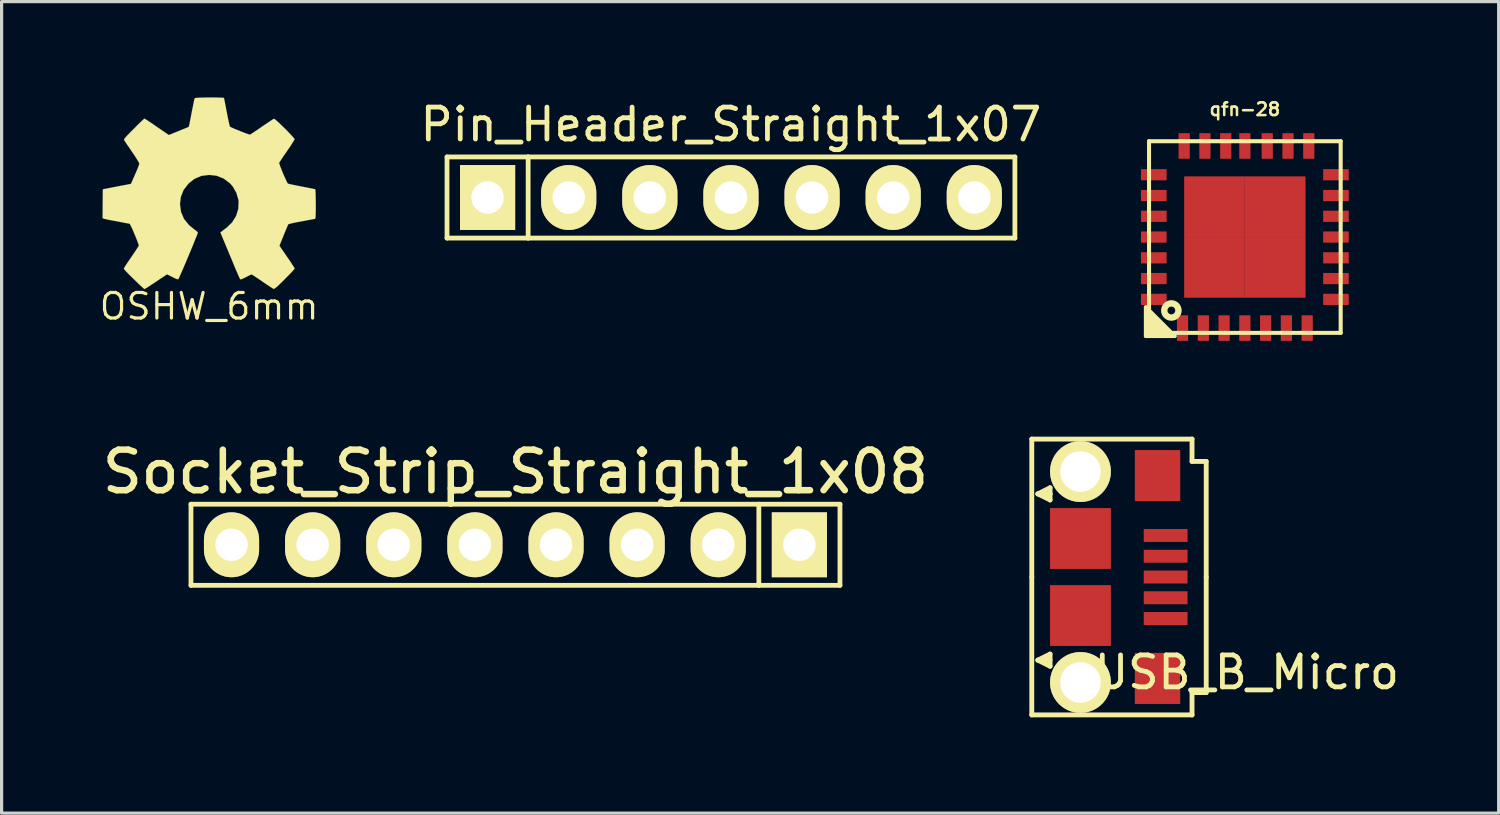
<source format=kicad_pcb>
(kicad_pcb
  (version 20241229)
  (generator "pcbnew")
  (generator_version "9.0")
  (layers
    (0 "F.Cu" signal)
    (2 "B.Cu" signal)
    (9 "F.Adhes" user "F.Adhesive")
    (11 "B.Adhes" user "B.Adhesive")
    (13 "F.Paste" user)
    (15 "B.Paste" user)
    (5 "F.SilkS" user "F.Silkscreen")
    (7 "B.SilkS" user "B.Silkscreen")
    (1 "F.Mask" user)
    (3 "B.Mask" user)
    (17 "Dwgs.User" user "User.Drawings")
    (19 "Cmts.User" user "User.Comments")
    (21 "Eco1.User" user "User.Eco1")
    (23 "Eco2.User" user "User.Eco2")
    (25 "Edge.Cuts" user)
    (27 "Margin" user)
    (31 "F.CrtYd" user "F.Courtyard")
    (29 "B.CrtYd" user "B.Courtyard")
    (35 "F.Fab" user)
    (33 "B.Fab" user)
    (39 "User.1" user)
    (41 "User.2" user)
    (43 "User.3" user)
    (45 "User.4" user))
  (footprint "USB_B_Micro"
    (layer "F.Cu")
    (at 33.446 15.016)
    (property "Reference" "USB_B_Micro" (at 2.54 2.985 0) (layer "F.SilkS") (effects (font (size 1 1) (thickness 0.15))))
    (attr smd)
    (fp_line (start -4.191 -4.318) (end -4.191 0) (stroke (width 0.152) (type solid)) (layer "F.SilkS"))
    (fp_line (start -4.191 0) (end -4.191 4.318) (stroke (width 0.152) (type solid)) (layer "F.SilkS"))
    (fp_line (start -4.191 4.318) (end 0.826 4.318) (stroke (width 0.152) (type solid)) (layer "F.SilkS"))
    (fp_line (start -4 -2.603) (end -3.619 -2.413) (stroke (width 0.152) (type solid)) (layer "F.SilkS"))
    (fp_line (start -4 2.603) (end -3.619 2.413) (stroke (width 0.152) (type solid)) (layer "F.SilkS"))
    (fp_line (start -3.619 -2.794) (end -4 -2.603) (stroke (width 0.152) (type solid)) (layer "F.SilkS"))
    (fp_line (start -3.619 -2.603) (end -4 -2.603) (stroke (width 0.152) (type solid)) (layer "F.SilkS"))
    (fp_line (start -3.619 -2.603) (end -3.619 -2.794) (stroke (width 0.152) (type solid)) (layer "F.SilkS"))
    (fp_line (start -3.619 -2.413) (end -3.619 -2.603) (stroke (width 0.152) (type solid)) (layer "F.SilkS"))
    (fp_line (start -3.619 2.413) (end -3.619 2.794) (stroke (width 0.152) (type solid)) (layer "F.SilkS"))
    (fp_line (start -3.619 2.603) (end -4 2.603) (stroke (width 0.152) (type solid)) (layer "F.SilkS"))
    (fp_line (start -3.619 2.794) (end -4 2.603) (stroke (width 0.152) (type solid)) (layer "F.SilkS"))
    (fp_line (start 0.826 -4.318) (end -4.191 -4.318) (stroke (width 0.152) (type solid)) (layer "F.SilkS"))
    (fp_line (start 0.826 -3.619) (end 0.826 -4.318) (stroke (width 0.152) (type solid)) (layer "F.SilkS"))
    (fp_line (start 0.826 4.318) (end 0.826 3.619) (stroke (width 0.152) (type solid)) (layer "F.SilkS"))
    (fp_line (start 1.27 -3.619) (end 0.826 -3.619) (stroke (width 0.152) (type solid)) (layer "F.SilkS"))
    (fp_line (start 1.27 0) (end 1.27 -3.619) (stroke (width 0.152) (type solid)) (layer "F.SilkS"))
    (fp_line (start 1.27 0) (end 1.27 3.619) (stroke (width 0.152) (type solid)) (layer "F.SilkS"))
    (fp_line (start 1.27 3.619) (end 0.826 3.619) (stroke (width 0.152) (type solid)) (layer "F.SilkS"))
    (pad "1" smd rect (at 0 -1.3) (size 1.372 0.406) (layers "F.Cu" "F.Mask" "F.Paste"))
    (pad "2" smd rect (at 0 -0.65) (size 1.372 0.406) (layers "F.Cu" "F.Mask" "F.Paste"))
    (pad "3" smd rect (at 0 0) (size 1.372 0.406) (layers "F.Cu" "F.Mask" "F.Paste"))
    (pad "4" smd rect (at 0 0.65) (size 1.372 0.406) (layers "F.Cu" "F.Mask" "F.Paste"))
    (pad "5" smd rect (at 0 1.3) (size 1.372 0.406) (layers "F.Cu" "F.Mask" "F.Paste"))
    (pad "T1" smd rect (at -0.254 -3.175) (size 1.422 1.6) (layers "F.Cu" "F.Mask" "F.Paste"))
    (pad "T2" smd rect (at -0.254 3.175) (size 1.422 1.6) (layers "F.Cu" "F.Mask" "F.Paste"))
    (pad "T3" smd rect (at -2.667 -1.206) (size 1.905 1.905) (layers "F.Cu" "F.Mask" "F.Paste"))
    (pad "T4" smd rect (at -2.667 1.206) (size 1.905 1.905) (layers "F.Cu" "F.Mask" "F.Paste"))
    (pad "T5" thru_hole circle (at -2.667 -3.302) (size 1.905 1.905) (drill 1.27) (layers "*.Cu" "*.Paste" "*.Mask" "F.SilkS"))
    (pad "T6" thru_hole circle (at -2.667 3.302) (size 1.905 1.905) (drill 1.27) (layers "*.Cu" "*.Paste" "*.Mask" "F.SilkS")))
  (footprint "OSHW_6mm"
    (layer "F.Cu")
    (at 3.499 3.001)
    (property "Reference" "OSHW_6mm" (at 0 3.541 0) (layer "F.SilkS") (effects (font (size 0.8 0.8) (thickness 0.1))))
    (attr through_hole)
    (fp_poly (pts (xy -2.024 3) (xy -1.989 2.979) (xy -1.91 2.931) (xy -1.798 2.857) (xy -1.666 2.771) (xy -1.534 2.68) (xy -1.425 2.609) (xy -1.349 2.558) (xy -1.318 2.54) (xy -1.3 2.548) (xy -1.237 2.578) (xy -1.148 2.624) (xy -1.095 2.652) (xy -1.011 2.687) (xy -0.968 2.695) (xy -0.963 2.685) (xy -0.932 2.621) (xy -0.884 2.512) (xy -0.82 2.367) (xy -0.747 2.197) (xy -0.671 2.014) (xy -0.592 1.829) (xy -0.518 1.651) (xy -0.455 1.491) (xy -0.401 1.359) (xy -0.366 1.27) (xy -0.353 1.232) (xy -0.358 1.222) (xy -0.399 1.181) (xy -0.472 1.128) (xy -0.63 0.998) (xy -0.787 0.805) (xy -0.881 0.584) (xy -0.914 0.338) (xy -0.886 0.109) (xy -0.798 -0.109) (xy -0.645 -0.305) (xy -0.46 -0.452) (xy -0.244 -0.544) (xy 0 -0.574) (xy 0.231 -0.549) (xy 0.455 -0.46) (xy 0.653 -0.31) (xy 0.737 -0.213) (xy 0.851 -0.015) (xy 0.914 0.198) (xy 0.922 0.254) (xy 0.912 0.488) (xy 0.843 0.711) (xy 0.719 0.912) (xy 0.549 1.077) (xy 0.526 1.092) (xy 0.447 1.153) (xy 0.394 1.194) (xy 0.351 1.227) (xy 0.65 1.946) (xy 0.699 2.06) (xy 0.78 2.258) (xy 0.851 2.426) (xy 0.909 2.56) (xy 0.95 2.652) (xy 0.968 2.687) (xy 0.968 2.69) (xy 0.996 2.695) (xy 1.049 2.675) (xy 1.151 2.626) (xy 1.217 2.591) (xy 1.293 2.555) (xy 1.328 2.54) (xy 1.356 2.558) (xy 1.43 2.603) (xy 1.537 2.675) (xy 1.666 2.764) (xy 1.788 2.847) (xy 1.9 2.921) (xy 1.981 2.974) (xy 2.022 2.995) (xy 2.027 2.995) (xy 2.062 2.974) (xy 2.129 2.921) (xy 2.225 2.83) (xy 2.365 2.692) (xy 2.385 2.67) (xy 2.499 2.555) (xy 2.591 2.459) (xy 2.654 2.388) (xy 2.677 2.357) (xy 2.657 2.319) (xy 2.603 2.235) (xy 2.53 2.121) (xy 2.438 1.989) (xy 2.2 1.643) (xy 2.332 1.316) (xy 2.372 1.217) (xy 2.423 1.095) (xy 2.461 1.008) (xy 2.479 0.97) (xy 2.515 0.958) (xy 2.603 0.937) (xy 2.733 0.909) (xy 2.888 0.881) (xy 3.035 0.853) (xy 3.167 0.828) (xy 3.264 0.81) (xy 3.307 0.803) (xy 3.317 0.795) (xy 3.327 0.775) (xy 3.332 0.729) (xy 3.335 0.648) (xy 3.338 0.521) (xy 3.338 0.338) (xy 3.338 0.318) (xy 3.335 0.142) (xy 3.332 0.003) (xy 3.327 -0.089) (xy 3.322 -0.124) (xy 3.279 -0.135) (xy 3.185 -0.155) (xy 3.053 -0.18) (xy 2.896 -0.211) (xy 2.885 -0.213) (xy 2.728 -0.244) (xy 2.593 -0.272) (xy 2.502 -0.292) (xy 2.464 -0.305) (xy 2.454 -0.315) (xy 2.423 -0.378) (xy 2.377 -0.475) (xy 2.324 -0.594) (xy 2.273 -0.719) (xy 2.23 -0.831) (xy 2.2 -0.914) (xy 2.189 -0.953) (xy 2.215 -0.991) (xy 2.268 -1.072) (xy 2.344 -1.186) (xy 2.438 -1.321) (xy 2.443 -1.331) (xy 2.535 -1.463) (xy 2.609 -1.577) (xy 2.657 -1.659) (xy 2.677 -1.694) (xy 2.675 -1.697) (xy 2.647 -1.735) (xy 2.578 -1.811) (xy 2.482 -1.913) (xy 2.365 -2.032) (xy 2.327 -2.068) (xy 2.197 -2.195) (xy 2.106 -2.278) (xy 2.05 -2.322) (xy 2.024 -2.332) (xy 2.022 -2.332) (xy 1.981 -2.306) (xy 1.897 -2.25) (xy 1.783 -2.174) (xy 1.648 -2.083) (xy 1.638 -2.075) (xy 1.506 -1.984) (xy 1.394 -1.91) (xy 1.316 -1.857) (xy 1.28 -1.836) (xy 1.275 -1.836) (xy 1.219 -1.852) (xy 1.125 -1.885) (xy 1.008 -1.93) (xy 0.884 -1.981) (xy 0.772 -2.027) (xy 0.688 -2.065) (xy 0.65 -2.088) (xy 0.648 -2.09) (xy 0.635 -2.139) (xy 0.612 -2.238) (xy 0.582 -2.375) (xy 0.551 -2.54) (xy 0.546 -2.565) (xy 0.516 -2.725) (xy 0.49 -2.855) (xy 0.472 -2.946) (xy 0.462 -2.985) (xy 0.439 -2.99) (xy 0.363 -2.995) (xy 0.244 -2.997) (xy 0.102 -3) (xy -0.051 -3) (xy -0.198 -2.995) (xy -0.323 -2.992) (xy -0.414 -2.985) (xy -0.452 -2.977) (xy -0.452 -2.974) (xy -0.467 -2.926) (xy -0.488 -2.827) (xy -0.516 -2.687) (xy -0.549 -2.525) (xy -0.554 -2.494) (xy -0.584 -2.337) (xy -0.61 -2.207) (xy -0.63 -2.116) (xy -0.64 -2.08) (xy -0.653 -2.073) (xy -0.719 -2.045) (xy -0.826 -2.002) (xy -0.958 -1.948) (xy -1.262 -1.824) (xy -1.638 -2.08) (xy -1.671 -2.103) (xy -1.806 -2.197) (xy -1.918 -2.271) (xy -1.994 -2.319) (xy -2.027 -2.337) (xy -2.029 -2.337) (xy -2.068 -2.304) (xy -2.141 -2.235) (xy -2.243 -2.136) (xy -2.36 -2.017) (xy -2.449 -1.93) (xy -2.55 -1.826) (xy -2.616 -1.755) (xy -2.652 -1.709) (xy -2.664 -1.681) (xy -2.662 -1.664) (xy -2.637 -1.626) (xy -2.583 -1.542) (xy -2.504 -1.43) (xy -2.413 -1.295) (xy -2.339 -1.186) (xy -2.258 -1.059) (xy -2.205 -0.97) (xy -2.187 -0.927) (xy -2.192 -0.907) (xy -2.217 -0.836) (xy -2.261 -0.724) (xy -2.319 -0.592) (xy -2.449 -0.295) (xy -2.642 -0.257) (xy -2.761 -0.236) (xy -2.926 -0.203) (xy -3.084 -0.173) (xy -3.33 -0.124) (xy -3.338 0.78) (xy -3.299 0.795) (xy -3.264 0.805) (xy -3.172 0.826) (xy -3.043 0.851) (xy -2.888 0.879) (xy -2.758 0.904) (xy -2.626 0.93) (xy -2.53 0.947) (xy -2.489 0.958) (xy -2.479 0.97) (xy -2.446 1.034) (xy -2.398 1.135) (xy -2.347 1.257) (xy -2.294 1.384) (xy -2.248 1.501) (xy -2.215 1.59) (xy -2.202 1.638) (xy -2.22 1.671) (xy -2.271 1.75) (xy -2.342 1.859) (xy -2.433 1.991) (xy -2.522 2.121) (xy -2.598 2.235) (xy -2.649 2.314) (xy -2.672 2.352) (xy -2.662 2.377) (xy -2.609 2.441) (xy -2.51 2.543) (xy -2.362 2.687) (xy -2.339 2.71) (xy -2.223 2.824) (xy -2.123 2.916) (xy -2.055 2.977) (xy -2.024 3)) (stroke (width 0.003) (type solid)) (fill yes) (layer "F.SilkS")))
  (footprint "qfn-28"
    (layer "F.Cu")
    (at 35.926 4.372)
    (property "Reference" "qfn-28" (at 0 -4 0) (layer "F.SilkS") (effects (font (size 0.399 0.399) (thickness 0.079))))
    (attr through_hole)
    (fp_line (start -3.099 2.2) (end -2.2 3.099) (stroke (width 0.127) (type solid)) (layer "F.SilkS"))
    (fp_line (start -3.099 3.099) (end -3.099 2.2) (stroke (width 0.127) (type solid)) (layer "F.SilkS"))
    (fp_line (start -3 -3) (end 3 -3) (stroke (width 0.127) (type solid)) (layer "F.SilkS"))
    (fp_line (start -3 2.4) (end -3 2.499) (stroke (width 0.127) (type solid)) (layer "F.SilkS"))
    (fp_line (start -3 2.499) (end -2.499 3) (stroke (width 0.127) (type solid)) (layer "F.SilkS"))
    (fp_line (start -3 2.601) (end -3 2.7) (stroke (width 0.127) (type solid)) (layer "F.SilkS"))
    (fp_line (start -3 2.7) (end -2.7 3) (stroke (width 0.127) (type solid)) (layer "F.SilkS"))
    (fp_line (start -3 3) (end -3 -3) (stroke (width 0.127) (type solid)) (layer "F.SilkS"))
    (fp_line (start -2.799 3) (end -3 2.799) (stroke (width 0.127) (type solid)) (layer "F.SilkS"))
    (fp_line (start -2.7 3) (end -2.799 3) (stroke (width 0.127) (type solid)) (layer "F.SilkS"))
    (fp_line (start -2.601 3) (end -3 2.601) (stroke (width 0.127) (type solid)) (layer "F.SilkS"))
    (fp_line (start -2.499 3) (end -2.601 3) (stroke (width 0.127) (type solid)) (layer "F.SilkS"))
    (fp_line (start -2.4 3) (end -3 2.4) (stroke (width 0.127) (type solid)) (layer "F.SilkS"))
    (fp_line (start -2.2 3.099) (end -3.099 3.099) (stroke (width 0.127) (type solid)) (layer "F.SilkS"))
    (fp_line (start 3 -3) (end 3 3) (stroke (width 0.127) (type solid)) (layer "F.SilkS"))
    (fp_line (start 3 3) (end -3 3) (stroke (width 0.127) (type solid)) (layer "F.SilkS"))
    (fp_circle (center -2.301 2.299) (end -2.103 2.4) (stroke (width 0.201) (type solid)) (fill no) (layer "F.SilkS"))
    (pad "1" smd rect (at -1.951 2.85) (size 0.351 0.8) (layers "F.Cu" "F.Mask" "F.Paste"))
    (pad "2" smd rect (at -1.3 2.85) (size 0.351 0.8) (layers "F.Cu" "F.Mask" "F.Paste"))
    (pad "3" smd rect (at -0.65 2.85) (size 0.351 0.8) (layers "F.Cu" "F.Mask" "F.Paste"))
    (pad "4" smd rect (at 0 2.85) (size 0.351 0.8) (layers "F.Cu" "F.Mask" "F.Paste"))
    (pad "5" smd rect (at 0.65 2.85) (size 0.351 0.8) (layers "F.Cu" "F.Mask" "F.Paste"))
    (pad "6" smd rect (at 1.3 2.85) (size 0.351 0.8) (layers "F.Cu" "F.Mask" "F.Paste"))
    (pad "7" smd rect (at 1.951 2.85) (size 0.351 0.8) (layers "F.Cu" "F.Mask" "F.Paste"))
    (pad "8" smd rect (at 2.852 1.951) (size 0.8 0.351) (layers "F.Cu" "F.Mask" "F.Paste"))
    (pad "9" smd rect (at 2.852 1.3) (size 0.8 0.351) (layers "F.Cu" "F.Mask" "F.Paste"))
    (pad "10" smd rect (at 2.852 0.65) (size 0.8 0.351) (layers "F.Cu" "F.Mask" "F.Paste"))
    (pad "11" smd rect (at 2.852 0) (size 0.8 0.351) (layers "F.Cu" "F.Mask" "F.Paste"))
    (pad "12" smd rect (at 2.852 -0.65) (size 0.8 0.351) (layers "F.Cu" "F.Mask" "F.Paste"))
    (pad "13" smd rect (at 2.852 -1.3) (size 0.8 0.351) (layers "F.Cu" "F.Mask" "F.Paste"))
    (pad "14" smd rect (at 2.852 -1.951) (size 0.8 0.351) (layers "F.Cu" "F.Mask" "F.Paste"))
    (pad "15" smd rect (at 2.002 -2.852) (size 0.351 0.8) (layers "F.Cu" "F.Mask" "F.Paste"))
    (pad "16" smd rect (at 1.351 -2.852) (size 0.351 0.8) (layers "F.Cu" "F.Mask" "F.Paste"))
    (pad "17" smd rect (at 0.701 -2.852) (size 0.351 0.8) (layers "F.Cu" "F.Mask" "F.Paste"))
    (pad "18" smd rect (at 0 -2.852) (size 0.351 0.8) (layers "F.Cu" "F.Mask" "F.Paste"))
    (pad "19" smd rect (at -0.599 -2.852) (size 0.351 0.8) (layers "F.Cu" "F.Mask" "F.Paste"))
    (pad "20" smd rect (at -1.25 -2.852) (size 0.351 0.8) (layers "F.Cu" "F.Mask" "F.Paste"))
    (pad "21" smd rect (at -1.9 -2.852) (size 0.351 0.8) (layers "F.Cu" "F.Mask" "F.Paste"))
    (pad "22" smd rect (at -2.85 -1.951) (size 0.8 0.351) (layers "F.Cu" "F.Mask" "F.Paste"))
    (pad "23" smd rect (at -2.85 -1.3) (size 0.8 0.351) (layers "F.Cu" "F.Mask" "F.Paste"))
    (pad "24" smd rect (at -2.85 -0.65) (size 0.8 0.351) (layers "F.Cu" "F.Mask" "F.Paste"))
    (pad "25" smd rect (at -2.85 0) (size 0.8 0.351) (layers "F.Cu" "F.Mask" "F.Paste"))
    (pad "26" smd rect (at -2.85 0.65) (size 0.8 0.351) (layers "F.Cu" "F.Mask" "F.Paste"))
    (pad "27" smd rect (at -2.85 1.3) (size 0.8 0.351) (layers "F.Cu" "F.Mask" "F.Paste"))
    (pad "28" smd rect (at -2.85 1.951) (size 0.8 0.351) (layers "F.Cu" "F.Mask" "F.Paste"))
    (pad "29" smd rect (at -0.95 -0.95) (size 1.9 1.9) (layers "F.Cu" "F.Mask" "F.Paste"))
    (pad "29" smd rect (at -0.95 0.95) (size 1.9 1.9) (layers "F.Cu" "F.Mask" "F.Paste"))
    (pad "29" smd rect (at 0.95 -0.95) (size 1.9 1.9) (layers "F.Cu" "F.Mask" "F.Paste"))
    (pad "29" smd rect (at 0.95 0.95) (size 1.9 1.9) (layers "F.Cu" "F.Mask" "F.Paste")))
  (footprint "Pin_Header_Straight_1x07"
    (layer "F.Cu")
    (at 19.836 3.134)
    (property "Reference" "Pin_Header_Straight_1x07" (at 0 -2.286 0) (layer "F.SilkS") (effects (font (size 1 1) (thickness 0.15))))
    (attr through_hole)
    (fp_line (start -8.89 -1.27) (end -8.89 1.27) (stroke (width 0.15) (type solid)) (layer "F.SilkS"))
    (fp_line (start -8.89 -1.27) (end -6.35 -1.27) (stroke (width 0.15) (type solid)) (layer "F.SilkS"))
    (fp_line (start -8.89 1.27) (end -6.35 1.27) (stroke (width 0.15) (type solid)) (layer "F.SilkS"))
    (fp_line (start -6.35 -1.27) (end -6.35 1.27) (stroke (width 0.15) (type solid)) (layer "F.SilkS"))
    (fp_line (start -6.35 -1.27) (end 8.89 -1.27) (stroke (width 0.15) (type solid)) (layer "F.SilkS"))
    (fp_line (start 8.89 -1.27) (end 8.89 1.27) (stroke (width 0.15) (type solid)) (layer "F.SilkS"))
    (fp_line (start 8.89 1.27) (end -6.35 1.27) (stroke (width 0.15) (type solid)) (layer "F.SilkS"))
    (pad "1" thru_hole rect (at -7.62 0) (size 1.727 2.032) (drill 1.016) (layers "*.Cu" "*.Mask" "F.SilkS"))
    (pad "2" thru_hole oval (at -5.08 0) (size 1.727 2.032) (drill 1.016) (layers "*.Cu" "*.Mask" "F.SilkS"))
    (pad "3" thru_hole oval (at -2.54 0) (size 1.727 2.032) (drill 1.016) (layers "*.Cu" "*.Mask" "F.SilkS"))
    (pad "4" thru_hole oval (at 0 0) (size 1.727 2.032) (drill 1.016) (layers "*.Cu" "*.Mask" "F.SilkS"))
    (pad "5" thru_hole oval (at 2.54 0) (size 1.727 2.032) (drill 1.016) (layers "*.Cu" "*.Mask" "F.SilkS"))
    (pad "6" thru_hole oval (at 5.08 0) (size 1.727 2.032) (drill 1.016) (layers "*.Cu" "*.Mask" "F.SilkS"))
    (pad "7" thru_hole oval (at 7.62 0) (size 1.727 2.032) (drill 1.016) (layers "*.Cu" "*.Mask" "F.SilkS")))
  (footprint "Socket_Strip_Straight_1x08"
    (layer "F.Cu")
    (at 13.089 14.007)
    (property "Reference" "Socket_Strip_Straight_1x08" (at 0 -2.286 0) (layer "F.SilkS") (effects (font (size 1.27 1.27) (thickness 0.203))))
    (attr through_hole)
    (fp_line (start -10.16 -1.27) (end -10.16 1.27) (stroke (width 0.15) (type solid)) (layer "F.SilkS"))
    (fp_line (start -10.16 1.27) (end 7.62 1.27) (stroke (width 0.15) (type solid)) (layer "F.SilkS"))
    (fp_line (start 7.62 -1.27) (end -10.16 -1.27) (stroke (width 0.15) (type solid)) (layer "F.SilkS"))
    (fp_line (start 7.62 -1.27) (end 7.62 1.27) (stroke (width 0.15) (type solid)) (layer "F.SilkS"))
    (fp_line (start 10.16 -1.27) (end 7.62 -1.27) (stroke (width 0.15) (type solid)) (layer "F.SilkS"))
    (fp_line (start 10.16 -1.27) (end 10.16 1.27) (stroke (width 0.15) (type solid)) (layer "F.SilkS"))
    (fp_line (start 10.16 1.27) (end 7.62 1.27) (stroke (width 0.15) (type solid)) (layer "F.SilkS"))
    (pad "1" thru_hole rect (at 8.89 0 180) (size 1.727 2.032) (drill 1.016) (layers "*.Cu" "*.Mask" "F.SilkS"))
    (pad "2" thru_hole oval (at 6.35 0 180) (size 1.727 2.032) (drill 1.016) (layers "*.Cu" "*.Mask" "F.SilkS"))
    (pad "3" thru_hole oval (at 3.81 0 180) (size 1.727 2.032) (drill 1.016) (layers "*.Cu" "*.Mask" "F.SilkS"))
    (pad "4" thru_hole oval (at 1.27 0 180) (size 1.727 2.032) (drill 1.016) (layers "*.Cu" "*.Mask" "F.SilkS"))
    (pad "5" thru_hole oval (at -1.27 0 180) (size 1.727 2.032) (drill 1.016) (layers "*.Cu" "*.Mask" "F.SilkS"))
    (pad "6" thru_hole oval (at -3.81 0 180) (size 1.727 2.032) (drill 1.016) (layers "*.Cu" "*.Mask" "F.SilkS"))
    (pad "7" thru_hole oval (at -6.35 0 180) (size 1.727 2.032) (drill 1.016) (layers "*.Cu" "*.Mask" "F.SilkS"))
    (pad "8" thru_hole oval (at -8.89 0 180) (size 1.727 2.032) (drill 1.016) (layers "*.Cu" "*.Mask" "F.SilkS")))
  (gr_rect
    (start -3 -3)
    (end 43.873 22.41)
    (stroke (width 0.1) (type default))
    (fill no)
    (layer "Edge.Cuts")))
</source>
